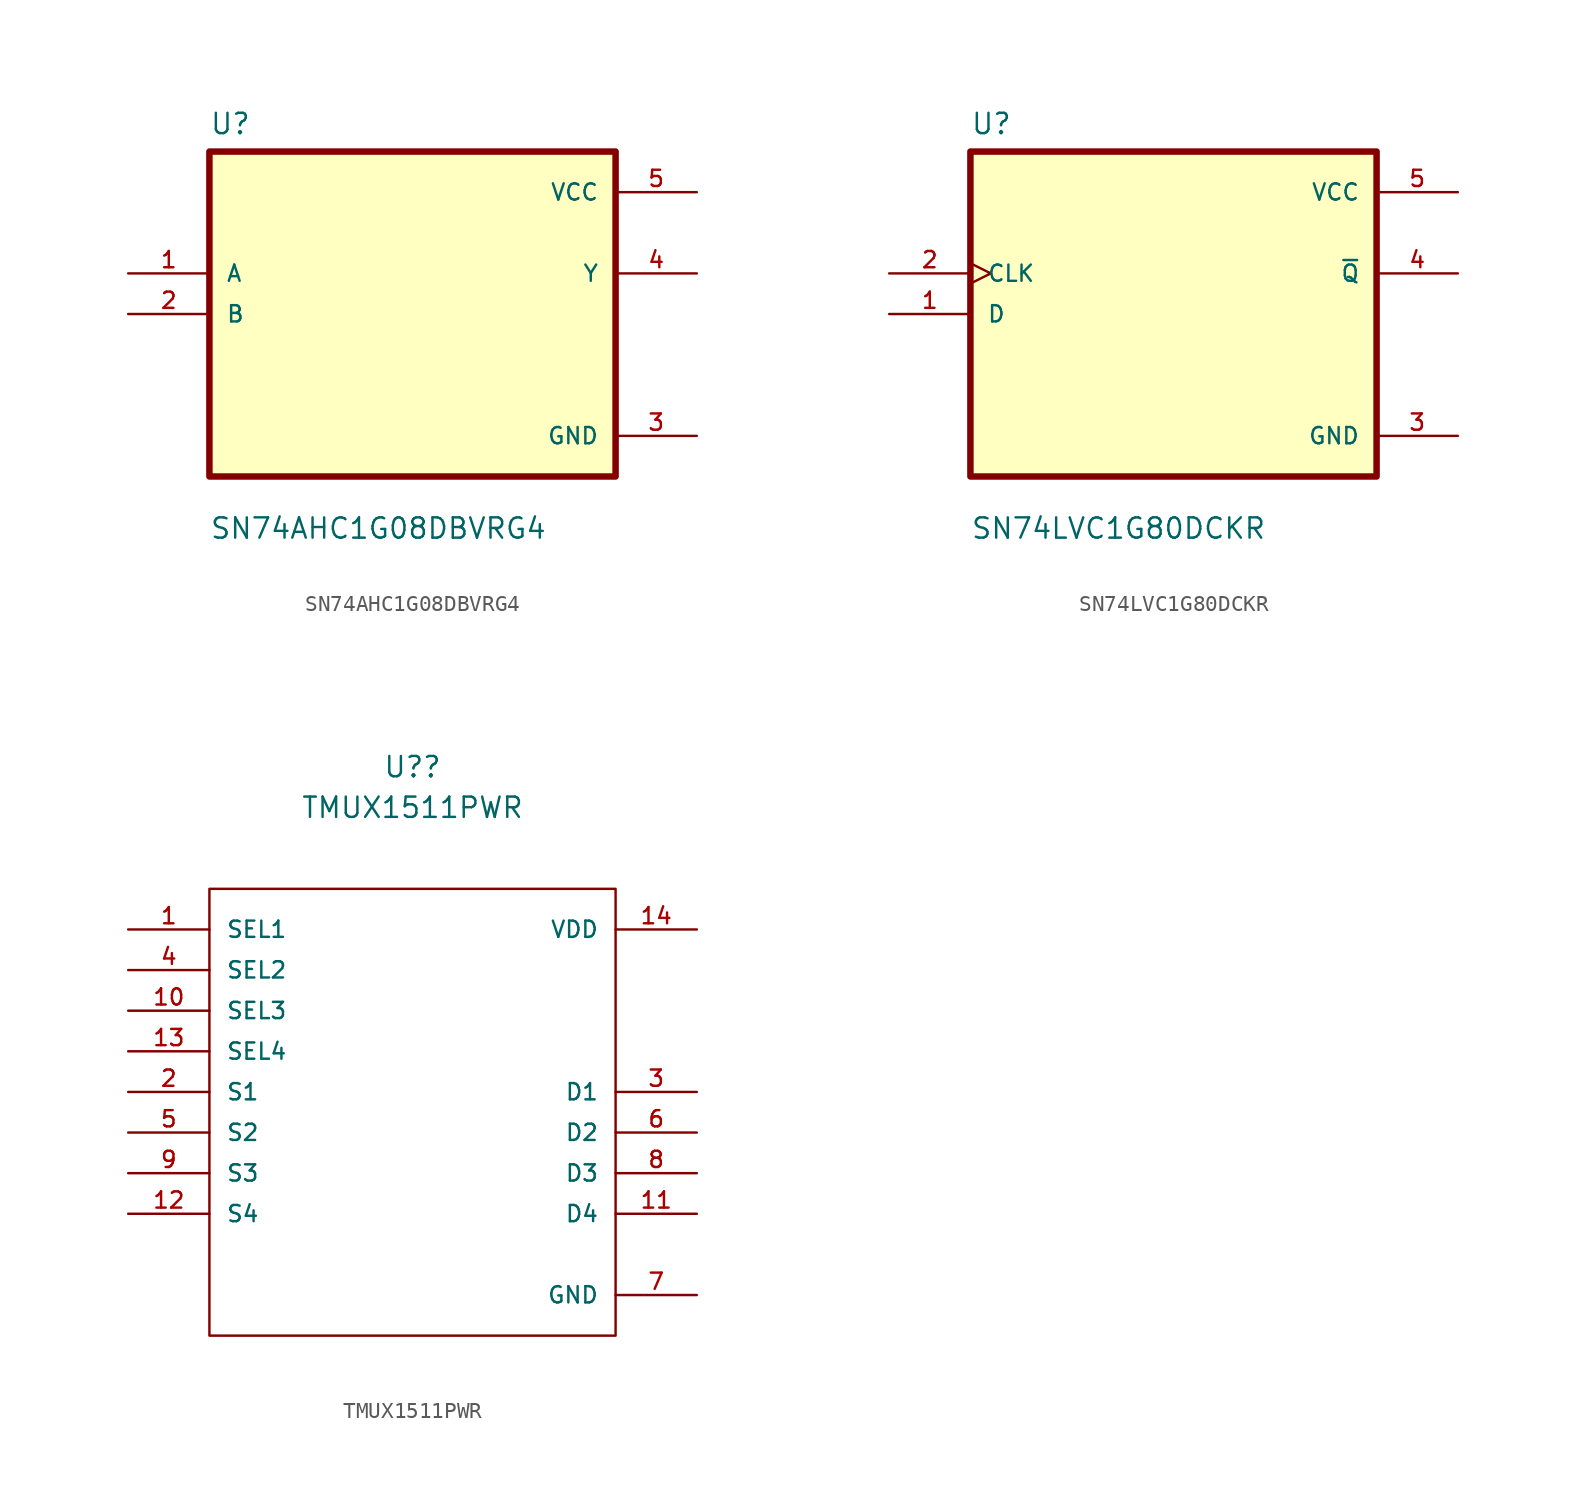
<source format=kicad_sym>
(kicad_symbol_lib
  (version 20211014)
  (generator kicad_symbol_editor)
  (symbol "SN74AHC1G08DBVRG4"
    (pin_names
      (offset 1.016))
    (property "Reference" "U"
      (at -12.7 11.151 0)
      (effects (font (size 1.27 1.27)) (justify left bottom)))
    (property "Value" "SN74AHC1G08DBVRG4"
      (at -12.7 -14.148 0)
      (effects (font (size 1.27 1.27)) (justify left bottom)))
    (symbol "SN74AHC1G08DBVRG4_0_0"
      (rectangle (start -12.7 -10.16) (end 12.7 10.16) (stroke (width 0.406) (type default) (color 0 0 0 0)) (fill (type background)))
      (pin input line (at -17.78 2.54 0) (length 5.08) (name "A" (effects (font (size 1.016 1.016)))) (number "1" (effects (font (size 1.016 1.016)))))
      (pin input line (at -17.78 0 0) (length 5.08) (name "B" (effects (font (size 1.016 1.016)))) (number "2" (effects (font (size 1.016 1.016)))))
      (pin power_in line (at 17.78 -7.62 180) (length 5.08) (name "GND" (effects (font (size 1.016 1.016)))) (number "3" (effects (font (size 1.016 1.016)))))
      (pin output line (at 17.78 2.54 180) (length 5.08) (name "Y" (effects (font (size 1.016 1.016)))) (number "4" (effects (font (size 1.016 1.016)))))
      (pin power_in line (at 17.78 7.62 180) (length 5.08) (name "VCC" (effects (font (size 1.016 1.016)))) (number "5" (effects (font (size 1.016 1.016)))))))
  (symbol "SN74LVC1G80DCKR"
    (pin_names
      (offset 1.016))
    (property "Reference" "U"
      (at -12.7 11.151 0)
      (effects (font (size 1.27 1.27)) (justify left bottom)))
    (property "Value" "SN74LVC1G80DCKR"
      (at -12.7 -14.148 0)
      (effects (font (size 1.27 1.27)) (justify left bottom)))
    (property "ki_locked" ""
      (at 0 0 0)
      (effects (font (size 1.27 1.27))))
    (symbol "SN74LVC1G80DCKR_0_0"
      (rectangle (start -12.7 -10.16) (end 12.7 10.16) (stroke (width 0.406) (type default) (color 0 0 0 0)) (fill (type background)))
      (pin input line (at -17.78 0 0) (length 5.08) (name "D" (effects (font (size 1.016 1.016)))) (number "1" (effects (font (size 1.016 1.016)))))
      (pin input clock (at -17.78 2.54 0) (length 5.08) (name "CLK" (effects (font (size 1.016 1.016)))) (number "2" (effects (font (size 1.016 1.016)))))
      (pin power_in line (at 17.78 -7.62 180) (length 5.08) (name "GND" (effects (font (size 1.016 1.016)))) (number "3" (effects (font (size 1.016 1.016)))))
      (pin output line (at 17.78 2.54 180) (length 5.08) (name "~{Q}" (effects (font (size 1.016 1.016)))) (number "4" (effects (font (size 1.016 1.016)))))
      (pin power_in line (at 17.78 7.62 180) (length 5.08) (name "VCC" (effects (font (size 1.016 1.016)))) (number "5" (effects (font (size 1.016 1.016)))))))
  (symbol "TMUX1511PWR"
    (pin_names
      (offset 1.016))
    (property "Reference" "U?"
      (at 0 20.32 0)
      (effects (font (size 1.27 1.27))))
    (property "Value" "TMUX1511PWR"
      (at 0 17.78 0)
      (effects (font (size 1.27 1.27))))
    (symbol "TMUX1511PWR_0_0"
      (pin input line (at -17.78 10.16 0) (length 5.08) (name "SEL1" (effects (font (size 1.016 1.016)))) (number "1" (effects (font (size 1.016 1.016)))))
      (pin input line (at -17.78 5.08 0) (length 5.08) (name "SEL3" (effects (font (size 1.016 1.016)))) (number "10" (effects (font (size 1.016 1.016)))))
      (pin bidirectional line (at 17.78 -7.62 180) (length 5.08) (name "D4" (effects (font (size 1.016 1.016)))) (number "11" (effects (font (size 1.016 1.016)))))
      (pin bidirectional line (at -17.78 -7.62 0) (length 5.08) (name "S4" (effects (font (size 1.016 1.016)))) (number "12" (effects (font (size 1.016 1.016)))))
      (pin input line (at -17.78 2.54 0) (length 5.08) (name "SEL4" (effects (font (size 1.016 1.016)))) (number "13" (effects (font (size 1.016 1.016)))))
      (pin power_in line (at 17.78 10.16 180) (length 5.08) (name "VDD" (effects (font (size 1.016 1.016)))) (number "14" (effects (font (size 1.016 1.016)))))
      (pin bidirectional line (at -17.78 0 0) (length 5.08) (name "S1" (effects (font (size 1.016 1.016)))) (number "2" (effects (font (size 1.016 1.016)))))
      (pin bidirectional line (at 17.78 0 180) (length 5.08) (name "D1" (effects (font (size 1.016 1.016)))) (number "3" (effects (font (size 1.016 1.016)))))
      (pin input line (at -17.78 7.62 0) (length 5.08) (name "SEL2" (effects (font (size 1.016 1.016)))) (number "4" (effects (font (size 1.016 1.016)))))
      (pin bidirectional line (at -17.78 -2.54 0) (length 5.08) (name "S2" (effects (font (size 1.016 1.016)))) (number "5" (effects (font (size 1.016 1.016)))))
      (pin bidirectional line (at 17.78 -2.54 180) (length 5.08) (name "D2" (effects (font (size 1.016 1.016)))) (number "6" (effects (font (size 1.016 1.016)))))
      (pin power_in line (at 17.78 -12.7 180) (length 5.08) (name "GND" (effects (font (size 1.016 1.016)))) (number "7" (effects (font (size 1.016 1.016)))))
      (pin bidirectional line (at 17.78 -5.08 180) (length 5.08) (name "D3" (effects (font (size 1.016 1.016)))) (number "8" (effects (font (size 1.016 1.016)))))
      (pin bidirectional line (at -17.78 -5.08 0) (length 5.08) (name "S3" (effects (font (size 1.016 1.016)))) (number "9" (effects (font (size 1.016 1.016))))))
    (symbol "TMUX1511PWR_0_1"
      (rectangle (start -12.7 12.7) (end 12.7 -15.24) (stroke (width 0.152) (type default) (color 0 0 0 0)) (fill (type none))))))
</source>
